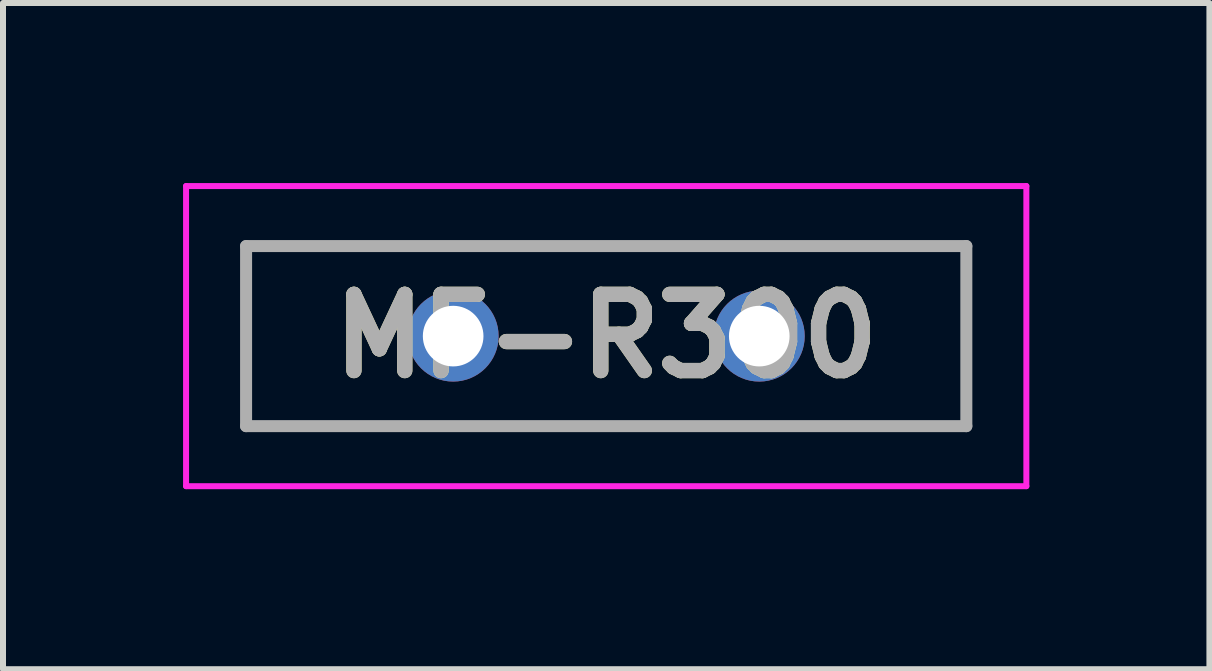
<source format=kicad_pcb>
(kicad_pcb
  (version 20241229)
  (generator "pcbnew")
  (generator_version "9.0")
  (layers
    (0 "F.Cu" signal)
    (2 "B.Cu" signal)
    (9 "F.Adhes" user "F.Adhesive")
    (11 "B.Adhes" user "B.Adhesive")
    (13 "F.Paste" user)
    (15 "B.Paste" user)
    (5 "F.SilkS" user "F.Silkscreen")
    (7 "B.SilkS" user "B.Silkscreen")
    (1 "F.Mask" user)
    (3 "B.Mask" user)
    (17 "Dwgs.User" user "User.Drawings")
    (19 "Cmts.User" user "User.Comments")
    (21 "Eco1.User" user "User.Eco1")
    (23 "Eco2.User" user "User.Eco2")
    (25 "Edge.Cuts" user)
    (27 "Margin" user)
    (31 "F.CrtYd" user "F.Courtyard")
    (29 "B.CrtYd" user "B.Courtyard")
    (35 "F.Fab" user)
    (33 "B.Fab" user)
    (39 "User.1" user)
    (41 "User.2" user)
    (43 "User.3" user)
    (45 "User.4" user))
  (footprint "MF-R300"
    (layer "F.Cu")
    (at 4.5 2.55)
    (property "Reference" "MF-R300" (at 2.55 0 0) (layer "F.SilkS") (effects (font (size 1.27 1.27) (thickness 0.254))))
    (attr through_hole)
    (fp_line (start -3.45 -1.5) (end 8.55 -1.5) (stroke (width 0.1) (type solid)) (layer "F.SilkS"))
    (fp_line (start -3.45 1.5) (end -3.45 -1.5) (stroke (width 0.1) (type solid)) (layer "F.SilkS"))
    (fp_line (start 8.55 -1.5) (end 8.55 1.5) (stroke (width 0.1) (type solid)) (layer "F.SilkS"))
    (fp_line (start 8.55 1.5) (end -3.45 1.5) (stroke (width 0.1) (type solid)) (layer "F.SilkS"))
    (fp_line (start -4.45 -2.5) (end 9.55 -2.5) (stroke (width 0.1) (type solid)) (layer "F.CrtYd"))
    (fp_line (start -4.45 2.5) (end -4.45 -2.5) (stroke (width 0.1) (type solid)) (layer "F.CrtYd"))
    (fp_line (start 9.55 -2.5) (end 9.55 2.5) (stroke (width 0.1) (type solid)) (layer "F.CrtYd"))
    (fp_line (start 9.55 2.5) (end -4.45 2.5) (stroke (width 0.1) (type solid)) (layer "F.CrtYd"))
    (fp_line (start -3.45 -1.5) (end 8.55 -1.5) (stroke (width 0.2) (type solid)) (layer "F.Fab"))
    (fp_line (start -3.45 1.5) (end -3.45 -1.5) (stroke (width 0.2) (type solid)) (layer "F.Fab"))
    (fp_line (start 8.55 -1.5) (end 8.55 1.5) (stroke (width 0.2) (type solid)) (layer "F.Fab"))
    (fp_line (start 8.55 1.5) (end -3.45 1.5) (stroke (width 0.2) (type solid)) (layer "F.Fab"))
    (fp_text user "${REFERENCE}" (at 2.55 0 0) (layer "F.Fab") (effects (font (size 1.27 1.27) (thickness 0.254))))
    (pad "1" thru_hole circle (at 0 0) (size 1.515 1.515) (drill 1.01) (layers "*.Cu" "*.Mask"))
    (pad "2" thru_hole circle (at 5.1 0) (size 1.515 1.515) (drill 1.01) (layers "*.Cu" "*.Mask")))
  (gr_rect
    (start -3 -3)
    (end 17.1 8.1)
    (stroke (width 0.1) (type default))
    (fill no)
    (layer "Edge.Cuts")))
</source>
